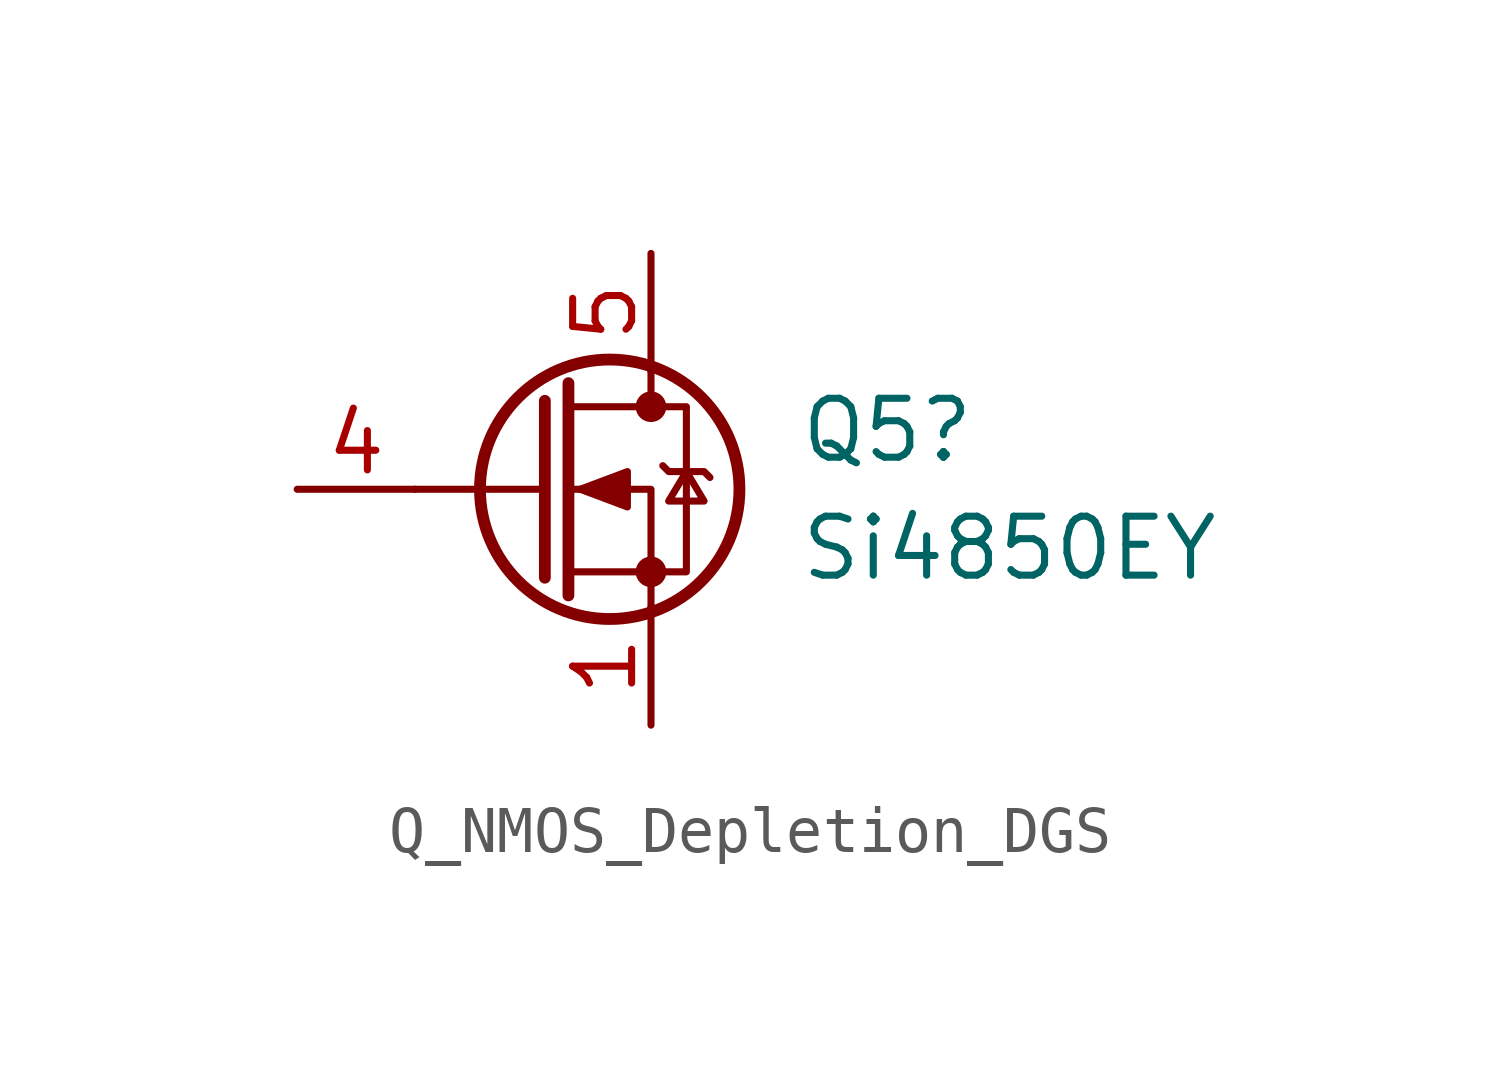
<source format=kicad_sym>
(kicad_symbol_lib
  (version 20241209)
  (generator "kicad_symbol_editor")
  (generator_version "9.0")
  (symbol "Q_NMOS_Depletion_DGS"
    (pin_names
      (offset 0)
      (hide yes))
    (property "Reference" "Q5"
      (at 5.715 1.27 0)
      (effects (font (size 1.27 1.27)) (justify left)))
    (property "Value" "Si4850EY"
      (at 5.715 -1.27 0)
      (effects (font (size 1.27 1.27)) (justify left)))
    (symbol "Q_NMOS_Depletion_DGS_0_1"
      (polyline (pts (xy 0.254 1.905) (xy 0.254 -1.905)) (stroke (width 0.254) (type default)) (fill (type none)))
      (polyline (pts (xy 0.254 0) (xy -2.54 0)) (stroke (width 0) (type default)) (fill (type none)))
      (polyline (pts (xy 0.762 2.286) (xy 0.762 -2.286)) (stroke (width 0.254) (type default)) (fill (type none)))
      (polyline (pts (xy 0.762 -1.778) (xy 3.302 -1.778) (xy 3.302 1.778) (xy 0.762 1.778)) (stroke (width 0) (type default)) (fill (type none)))
      (polyline (pts (xy 1.016 0) (xy 2.032 0.381) (xy 2.032 -0.381) (xy 1.016 0)) (stroke (width 0) (type default)) (fill (type outline)))
      (circle (center 1.651 0) (radius 2.794) (stroke (width 0.254) (type default)) (fill (type none)))
      (polyline (pts (xy 2.54 2.54) (xy 2.54 1.778)) (stroke (width 0) (type default)) (fill (type none)))
      (circle (center 2.54 1.778) (radius 0.254) (stroke (width 0) (type default)) (fill (type outline)))
      (circle (center 2.54 -1.778) (radius 0.254) (stroke (width 0) (type default)) (fill (type outline)))
      (polyline (pts (xy 2.54 -2.54) (xy 2.54 0) (xy 0.762 0)) (stroke (width 0) (type default)) (fill (type none)))
      (polyline (pts (xy 2.794 0.508) (xy 2.921 0.381) (xy 3.683 0.381) (xy 3.81 0.254)) (stroke (width 0) (type default)) (fill (type none)))
      (polyline (pts (xy 3.302 0.381) (xy 2.921 -0.254) (xy 3.683 -0.254) (xy 3.302 0.381)) (stroke (width 0) (type default)) (fill (type none))))
    (symbol "Q_NMOS_Depletion_DGS_1_1"
      (pin passive line (at -5.08 0 0) (length 2.54) (name "G" (effects (font (size 1.27 1.27)))) (number "4" (effects (font (size 1.27 1.27)))))
      (pin passive line (at 2.54 5.08 270) (length 2.54) (name "D" (effects (font (size 1.27 1.27)))) (number "5" (effects (font (size 1.27 1.27)))))
      (pin passive line (at 2.54 5.08 270) (length 2.54) (hide yes) (name "D" (effects (font (size 1.27 1.27)))) (number "6" (effects (font (size 1.27 1.27)))))
      (pin passive line (at 2.54 5.08 270) (length 2.54) (hide yes) (name "D" (effects (font (size 1.27 1.27)))) (number "7" (effects (font (size 1.27 1.27)))))
      (pin passive line (at 2.54 5.08 270) (length 2.54) (hide yes) (name "D" (effects (font (size 1.27 1.27)))) (number "8" (effects (font (size 1.27 1.27)))))
      (pin passive line (at 2.54 -5.08 90) (length 2.54) (name "S" (effects (font (size 1.27 1.27)))) (number "1" (effects (font (size 1.27 1.27)))))
      (pin passive line (at 2.54 -5.08 90) (length 2.54) (hide yes) (name "S" (effects (font (size 1.27 1.27)))) (number "2" (effects (font (size 1.27 1.27)))))
      (pin passive line (at 2.54 -5.08 90) (length 2.54) (hide yes) (name "S" (effects (font (size 1.27 1.27)))) (number "3" (effects (font (size 1.27 1.27))))))))
</source>
